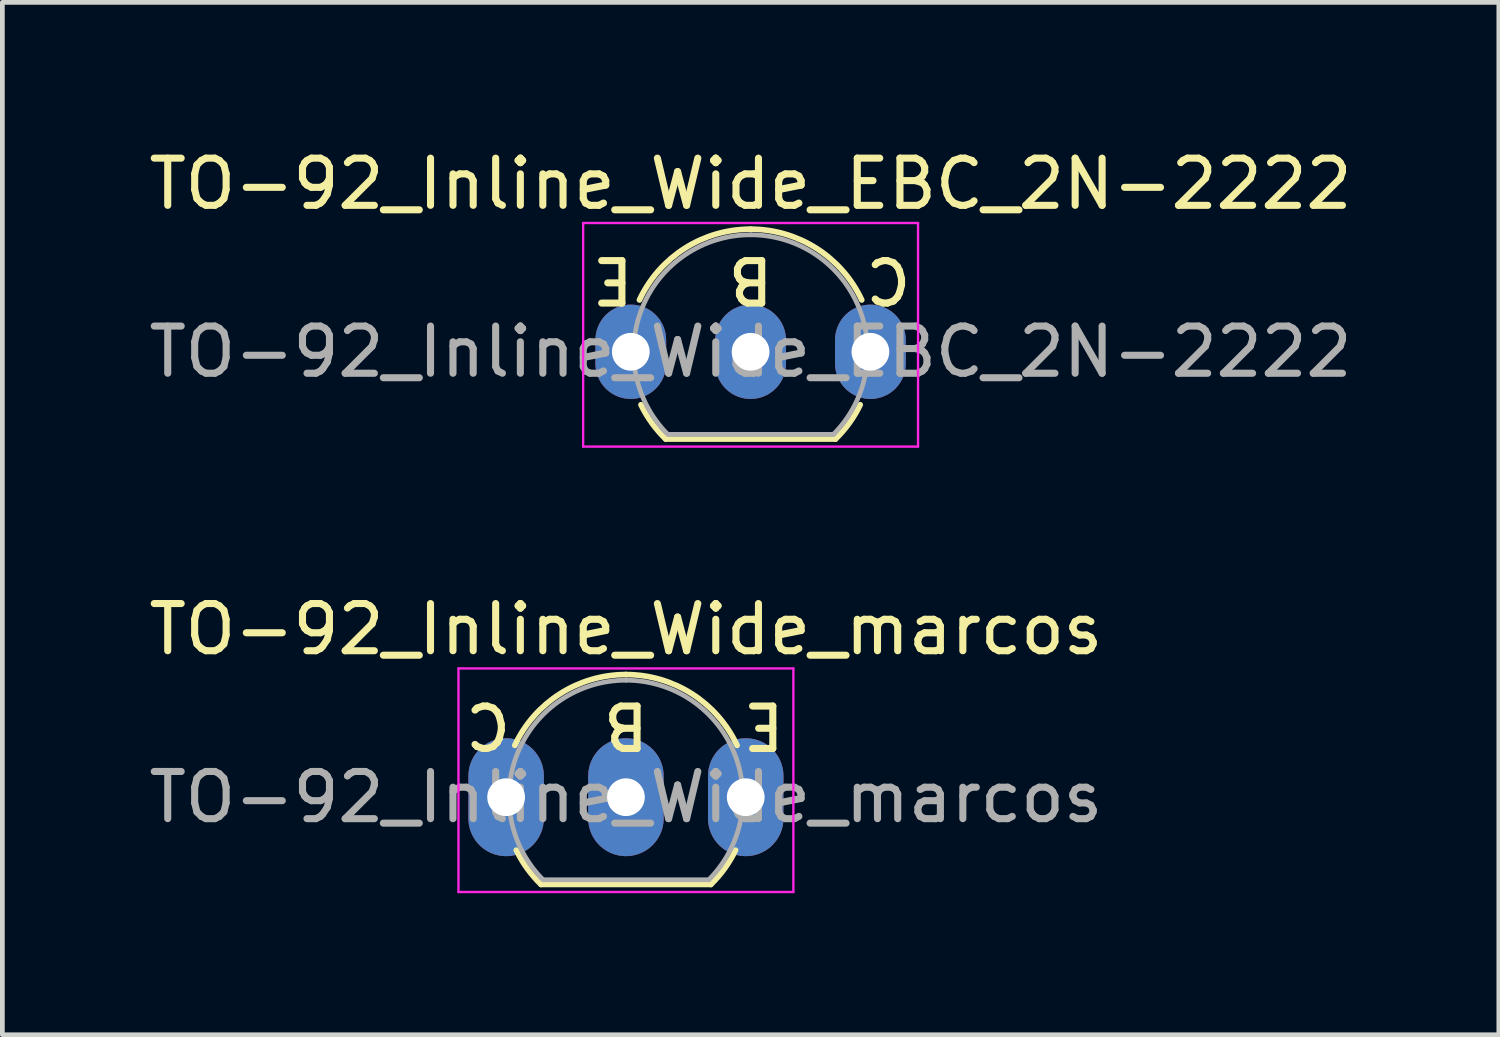
<source format=kicad_pcb>
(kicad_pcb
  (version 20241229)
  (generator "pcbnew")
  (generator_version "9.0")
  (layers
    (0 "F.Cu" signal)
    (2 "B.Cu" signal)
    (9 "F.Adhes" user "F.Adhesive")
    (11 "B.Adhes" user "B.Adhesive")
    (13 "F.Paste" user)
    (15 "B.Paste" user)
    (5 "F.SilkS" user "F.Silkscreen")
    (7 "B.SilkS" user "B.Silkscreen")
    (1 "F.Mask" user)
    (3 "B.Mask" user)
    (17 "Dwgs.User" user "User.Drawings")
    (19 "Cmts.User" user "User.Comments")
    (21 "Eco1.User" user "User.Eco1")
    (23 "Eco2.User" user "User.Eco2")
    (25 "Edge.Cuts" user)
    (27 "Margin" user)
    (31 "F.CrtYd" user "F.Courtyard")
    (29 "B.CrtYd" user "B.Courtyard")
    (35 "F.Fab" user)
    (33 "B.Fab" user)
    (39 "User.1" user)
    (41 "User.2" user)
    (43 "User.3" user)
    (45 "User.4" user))
  (footprint "TO-92_Inline_Wide_EBC_2N-2222"
    (layer "F.Cu")
    (at 10.323 4.408)
    (property "Reference" "TO-92_Inline_Wide_EBC_2N-2222" (at 2.54 -3.56 0) (layer "F.SilkS") (effects (font (size 1 1) (thickness 0.15))))
    (fp_line (start 0.74 1.85) (end 4.34 1.85) (stroke (width 0.12) (type solid)) (layer "F.SilkS"))
    (fp_arc (start 0.1836 -1.098807) (mid 1.143021 -2.192817) (end 2.54 -2.6) (stroke (width 0.12) (type solid)) (layer "F.SilkS"))
    (fp_arc (start 0.74 1.85) (mid 0.446097 1.509328) (end 0.215816 1.122795) (stroke (width 0.12) (type solid)) (layer "F.SilkS"))
    (fp_arc (start 2.54 -2.6) (mid 3.936979 -2.192818) (end 4.8964 -1.098807) (stroke (width 0.12) (type solid)) (layer "F.SilkS"))
    (fp_arc (start 4.864184 1.122795) (mid 4.633903 1.509328) (end 4.34 1.85) (stroke (width 0.12) (type solid)) (layer "F.SilkS"))
    (fp_line (start -1.01 -2.73) (end -1.01 2.01) (stroke (width 0.05) (type solid)) (layer "F.CrtYd"))
    (fp_line (start -1.01 -2.73) (end 6.09 -2.73) (stroke (width 0.05) (type solid)) (layer "F.CrtYd"))
    (fp_line (start 6.09 2.01) (end -1.01 2.01) (stroke (width 0.05) (type solid)) (layer "F.CrtYd"))
    (fp_line (start 6.09 2.01) (end 6.09 -2.73) (stroke (width 0.05) (type solid)) (layer "F.CrtYd"))
    (fp_line (start 0.8 1.75) (end 4.3 1.75) (stroke (width 0.1) (type solid)) (layer "F.Fab"))
    (fp_arc (start 0.786375 1.753625) (mid 0.248779 -0.949055) (end 2.54 -2.48) (stroke (width 0.1) (type solid)) (layer "F.Fab"))
    (fp_arc (start 2.54 -2.48) (mid 4.831221 -0.949055) (end 4.293625 1.753625) (stroke (width 0.1) (type solid)) (layer "F.Fab"))
    (fp_text user "B" (at 2.54 -1.524 180) (unlocked yes) (layer "F.SilkS") (effects (font (size 0.9 0.9) (thickness 0.15))))
    (fp_text user "C" (at 5.461 -1.524 180) (unlocked yes) (layer "F.SilkS") (effects (font (size 0.9 0.9) (thickness 0.15))))
    (fp_text user "E" (at -0.381 -1.524 180) (unlocked yes) (layer "F.SilkS") (effects (font (size 0.9 0.9) (thickness 0.15))))
    (fp_text user "${REFERENCE}" (at 2.54 0 0) (layer "F.Fab") (effects (font (size 1 1) (thickness 0.15))))
    (pad "1" thru_hole oval (at 0 0 90) (size 2 1.5) (drill 0.8) (layers "*.Cu" "*.Mask"))
    (pad "2" thru_hole oval (at 2.54 0 90) (size 2 1.5) (drill 0.8) (layers "*.Cu" "*.Mask"))
    (pad "3" thru_hole oval (at 5.08 0 90) (size 2 1.5) (drill 0.8) (layers "*.Cu" "*.Mask")))
  (footprint "TO-92_Inline_Wide_marcos"
    (layer "F.Cu")
    (at 7.68 13.851)
    (property "Reference" "TO-92_Inline_Wide_marcos" (at 2.54 -3.56 0) (layer "F.SilkS") (effects (font (size 1 1) (thickness 0.15))))
    (fp_line (start 0.74 1.85) (end 4.34 1.85) (stroke (width 0.12) (type solid)) (layer "F.SilkS"))
    (fp_arc (start 0.1836 -1.098807) (mid 1.143021 -2.192817) (end 2.54 -2.6) (stroke (width 0.12) (type solid)) (layer "F.SilkS"))
    (fp_arc (start 0.74 1.85) (mid 0.446097 1.509328) (end 0.215816 1.122795) (stroke (width 0.12) (type solid)) (layer "F.SilkS"))
    (fp_arc (start 2.54 -2.6) (mid 3.936979 -2.192818) (end 4.8964 -1.098807) (stroke (width 0.12) (type solid)) (layer "F.SilkS"))
    (fp_arc (start 4.864184 1.122795) (mid 4.633903 1.509328) (end 4.34 1.85) (stroke (width 0.12) (type solid)) (layer "F.SilkS"))
    (fp_line (start -1.01 -2.73) (end -1.01 2.01) (stroke (width 0.05) (type solid)) (layer "F.CrtYd"))
    (fp_line (start -1.01 -2.73) (end 6.09 -2.73) (stroke (width 0.05) (type solid)) (layer "F.CrtYd"))
    (fp_line (start 6.09 2.01) (end -1.01 2.01) (stroke (width 0.05) (type solid)) (layer "F.CrtYd"))
    (fp_line (start 6.09 2.01) (end 6.09 -2.73) (stroke (width 0.05) (type solid)) (layer "F.CrtYd"))
    (fp_line (start 0.8 1.75) (end 4.3 1.75) (stroke (width 0.1) (type solid)) (layer "F.Fab"))
    (fp_arc (start 0.786375 1.753625) (mid 0.248779 -0.949055) (end 2.54 -2.48) (stroke (width 0.1) (type solid)) (layer "F.Fab"))
    (fp_arc (start 2.54 -2.48) (mid 4.831221 -0.949055) (end 4.293625 1.753625) (stroke (width 0.1) (type solid)) (layer "F.Fab"))
    (fp_text user "E" (at 5.461 -1.524 180) (unlocked yes) (layer "F.SilkS") (effects (font (size 0.9 0.9) (thickness 0.15))))
    (fp_text user "C" (at -0.381 -1.524 180) (unlocked yes) (layer "F.SilkS") (effects (font (size 0.9 0.9) (thickness 0.15))))
    (fp_text user "B" (at 2.54 -1.524 180) (unlocked yes) (layer "F.SilkS") (effects (font (size 0.9 0.9) (thickness 0.15))))
    (fp_text user "${REFERENCE}" (at 2.54 0 0) (layer "F.Fab") (effects (font (size 1 1) (thickness 0.15))))
    (pad "1" thru_hole oval (at 0 0 90) (size 2.5 1.6) (drill 0.8) (layers "*.Cu" "*.Mask"))
    (pad "2" thru_hole oval (at 2.54 0 90) (size 2.5 1.6) (drill 0.8) (layers "*.Cu" "*.Mask"))
    (pad "3" thru_hole oval (at 5.08 0 90) (size 2.5 1.6) (drill 0.8) (layers "*.Cu" "*.Mask")))
  (gr_rect
    (start -3 -3)
    (end 28.726 18.887)
    (stroke (width 0.1) (type default))
    (fill no)
    (layer "Edge.Cuts")))
</source>
